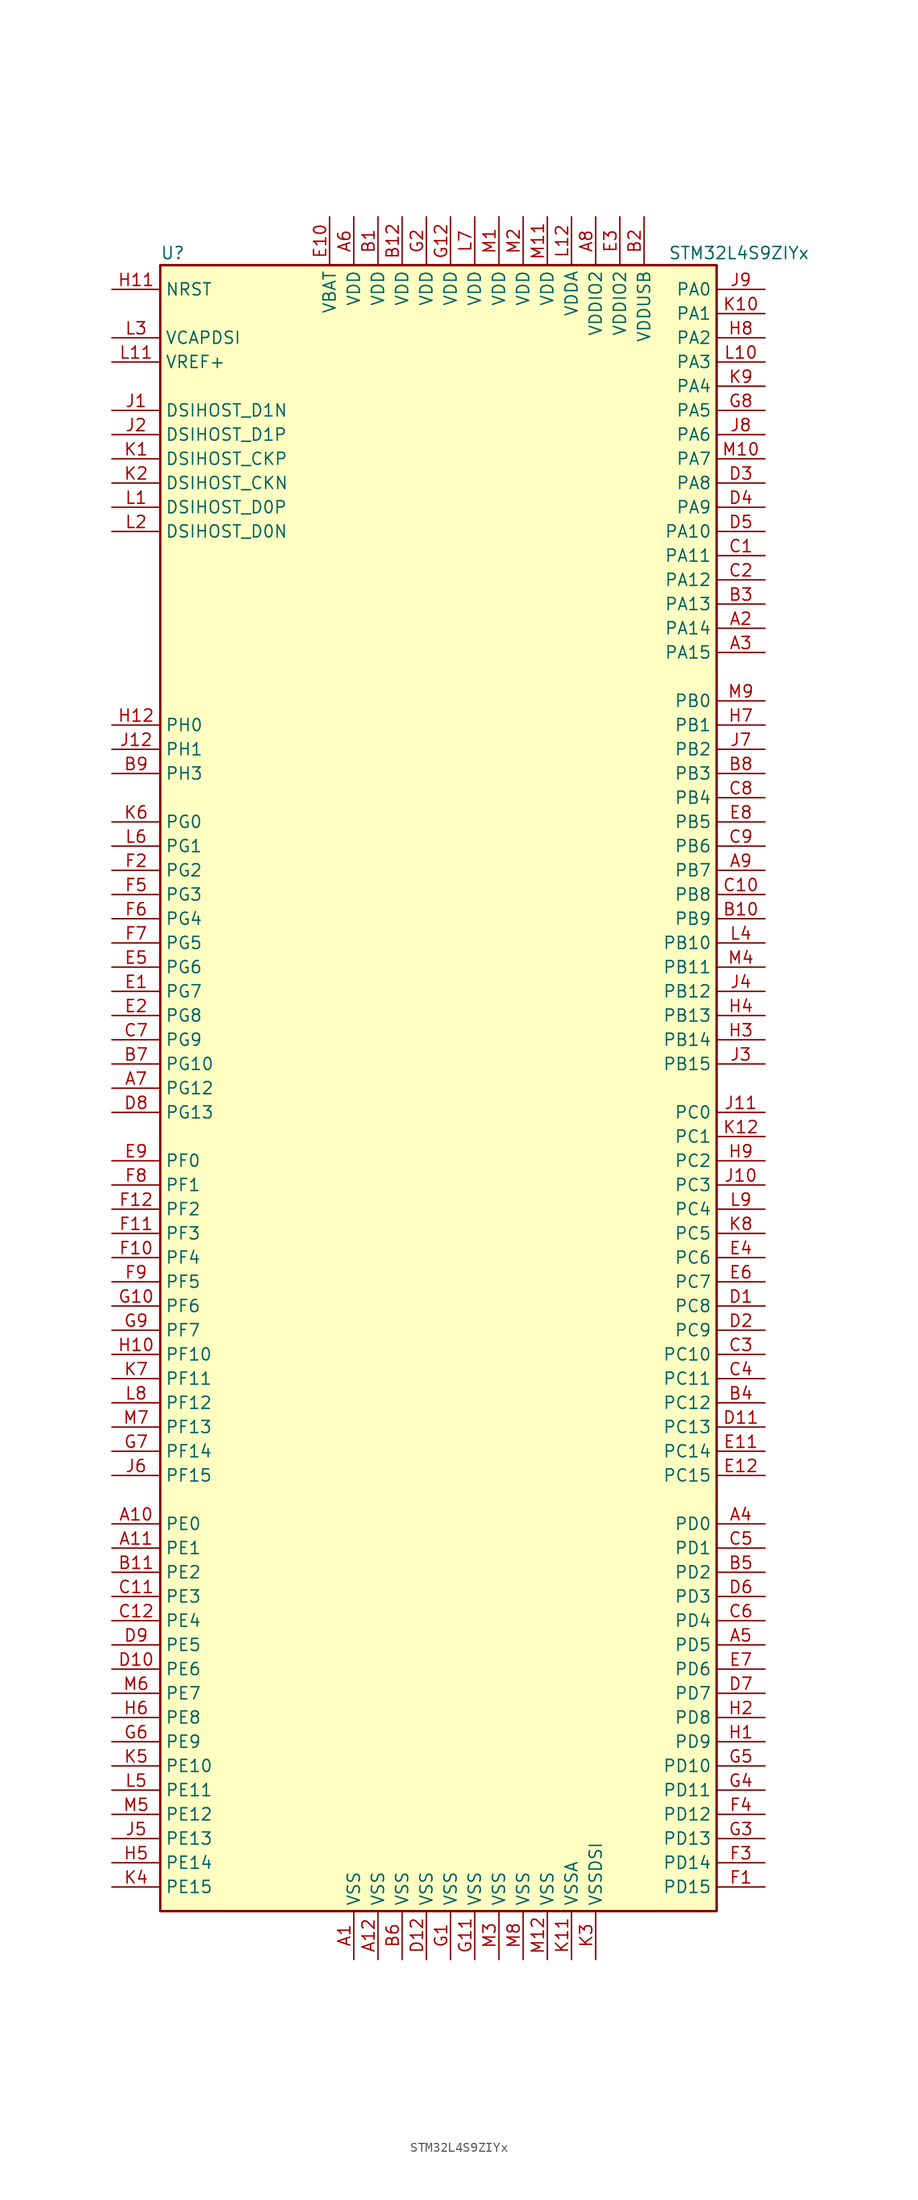
<source format=kicad_sym>
(kicad_symbol_lib
  (version 20220914)
  (generator kicad_symbol_editor)
  (symbol "STM32L4S9ZIYx"
    (property "Reference" "U"
      (at -30.48 87.63 0)
      (effects (font (size 1.27 1.27)) (justify left)))
    (property "Value" "STM32L4S9ZIYx"
      (at 22.86 87.63 0)
      (effects (font (size 1.27 1.27)) (justify left)))
    (symbol "STM32L4S9ZIYx_0_1"
      (rectangle (start -30.48 -86.36) (end 27.94 86.36) (stroke (width 0.254) (type default)) (fill (type background))))
    (symbol "STM32L4S9ZIYx_1_1"
      (pin power_in line (at -10.16 -91.44 90) (length 5.08) (name "VSS" (effects (font (size 1.27 1.27)))) (number "A1" (effects (font (size 1.27 1.27)))))
      (pin bidirectional line (at -35.56 -45.72 0) (length 5.08) (name "PE0" (effects (font (size 1.27 1.27)))) (number "A10" (effects (font (size 1.27 1.27)))))
      (pin bidirectional line (at -35.56 -48.26 0) (length 5.08) (name "PE1" (effects (font (size 1.27 1.27)))) (number "A11" (effects (font (size 1.27 1.27)))))
      (pin power_in line (at -7.62 -91.44 90) (length 5.08) (name "VSS" (effects (font (size 1.27 1.27)))) (number "A12" (effects (font (size 1.27 1.27)))))
      (pin bidirectional line (at 33.02 48.26 180) (length 5.08) (name "PA14" (effects (font (size 1.27 1.27)))) (number "A2" (effects (font (size 1.27 1.27)))))
      (pin bidirectional line (at 33.02 45.72 180) (length 5.08) (name "PA15" (effects (font (size 1.27 1.27)))) (number "A3" (effects (font (size 1.27 1.27)))))
      (pin bidirectional line (at 33.02 -45.72 180) (length 5.08) (name "PD0" (effects (font (size 1.27 1.27)))) (number "A4" (effects (font (size 1.27 1.27)))))
      (pin bidirectional line (at 33.02 -58.42 180) (length 5.08) (name "PD5" (effects (font (size 1.27 1.27)))) (number "A5" (effects (font (size 1.27 1.27)))))
      (pin power_in line (at -10.16 91.44 270) (length 5.08) (name "VDD" (effects (font (size 1.27 1.27)))) (number "A6" (effects (font (size 1.27 1.27)))))
      (pin bidirectional line (at -35.56 0 0) (length 5.08) (name "PG12" (effects (font (size 1.27 1.27)))) (number "A7" (effects (font (size 1.27 1.27)))))
      (pin power_in line (at 15.24 91.44 270) (length 5.08) (name "VDDIO2" (effects (font (size 1.27 1.27)))) (number "A8" (effects (font (size 1.27 1.27)))))
      (pin bidirectional line (at 33.02 22.86 180) (length 5.08) (name "PB7" (effects (font (size 1.27 1.27)))) (number "A9" (effects (font (size 1.27 1.27)))))
      (pin power_in line (at -7.62 91.44 270) (length 5.08) (name "VDD" (effects (font (size 1.27 1.27)))) (number "B1" (effects (font (size 1.27 1.27)))))
      (pin bidirectional line (at 33.02 17.78 180) (length 5.08) (name "PB9" (effects (font (size 1.27 1.27)))) (number "B10" (effects (font (size 1.27 1.27)))))
      (pin bidirectional line (at -35.56 -50.8 0) (length 5.08) (name "PE2" (effects (font (size 1.27 1.27)))) (number "B11" (effects (font (size 1.27 1.27)))))
      (pin power_in line (at -5.08 91.44 270) (length 5.08) (name "VDD" (effects (font (size 1.27 1.27)))) (number "B12" (effects (font (size 1.27 1.27)))))
      (pin power_in line (at 20.32 91.44 270) (length 5.08) (name "VDDUSB" (effects (font (size 1.27 1.27)))) (number "B2" (effects (font (size 1.27 1.27)))))
      (pin bidirectional line (at 33.02 50.8 180) (length 5.08) (name "PA13" (effects (font (size 1.27 1.27)))) (number "B3" (effects (font (size 1.27 1.27)))))
      (pin bidirectional line (at 33.02 -33.02 180) (length 5.08) (name "PC12" (effects (font (size 1.27 1.27)))) (number "B4" (effects (font (size 1.27 1.27)))))
      (pin bidirectional line (at 33.02 -50.8 180) (length 5.08) (name "PD2" (effects (font (size 1.27 1.27)))) (number "B5" (effects (font (size 1.27 1.27)))))
      (pin power_in line (at -5.08 -91.44 90) (length 5.08) (name "VSS" (effects (font (size 1.27 1.27)))) (number "B6" (effects (font (size 1.27 1.27)))))
      (pin bidirectional line (at -35.56 2.54 0) (length 5.08) (name "PG10" (effects (font (size 1.27 1.27)))) (number "B7" (effects (font (size 1.27 1.27)))))
      (pin bidirectional line (at 33.02 33.02 180) (length 5.08) (name "PB3" (effects (font (size 1.27 1.27)))) (number "B8" (effects (font (size 1.27 1.27)))))
      (pin bidirectional line (at -35.56 33.02 0) (length 5.08) (name "PH3" (effects (font (size 1.27 1.27)))) (number "B9" (effects (font (size 1.27 1.27)))))
      (pin bidirectional line (at 33.02 55.88 180) (length 5.08) (name "PA11" (effects (font (size 1.27 1.27)))) (number "C1" (effects (font (size 1.27 1.27)))))
      (pin bidirectional line (at 33.02 20.32 180) (length 5.08) (name "PB8" (effects (font (size 1.27 1.27)))) (number "C10" (effects (font (size 1.27 1.27)))))
      (pin bidirectional line (at -35.56 -53.34 0) (length 5.08) (name "PE3" (effects (font (size 1.27 1.27)))) (number "C11" (effects (font (size 1.27 1.27)))))
      (pin bidirectional line (at -35.56 -55.88 0) (length 5.08) (name "PE4" (effects (font (size 1.27 1.27)))) (number "C12" (effects (font (size 1.27 1.27)))))
      (pin bidirectional line (at 33.02 53.34 180) (length 5.08) (name "PA12" (effects (font (size 1.27 1.27)))) (number "C2" (effects (font (size 1.27 1.27)))))
      (pin bidirectional line (at 33.02 -27.94 180) (length 5.08) (name "PC10" (effects (font (size 1.27 1.27)))) (number "C3" (effects (font (size 1.27 1.27)))))
      (pin bidirectional line (at 33.02 -30.48 180) (length 5.08) (name "PC11" (effects (font (size 1.27 1.27)))) (number "C4" (effects (font (size 1.27 1.27)))))
      (pin bidirectional line (at 33.02 -48.26 180) (length 5.08) (name "PD1" (effects (font (size 1.27 1.27)))) (number "C5" (effects (font (size 1.27 1.27)))))
      (pin bidirectional line (at 33.02 -55.88 180) (length 5.08) (name "PD4" (effects (font (size 1.27 1.27)))) (number "C6" (effects (font (size 1.27 1.27)))))
      (pin bidirectional line (at -35.56 5.08 0) (length 5.08) (name "PG9" (effects (font (size 1.27 1.27)))) (number "C7" (effects (font (size 1.27 1.27)))))
      (pin bidirectional line (at 33.02 30.48 180) (length 5.08) (name "PB4" (effects (font (size 1.27 1.27)))) (number "C8" (effects (font (size 1.27 1.27)))))
      (pin bidirectional line (at 33.02 25.4 180) (length 5.08) (name "PB6" (effects (font (size 1.27 1.27)))) (number "C9" (effects (font (size 1.27 1.27)))))
      (pin bidirectional line (at 33.02 -22.86 180) (length 5.08) (name "PC8" (effects (font (size 1.27 1.27)))) (number "D1" (effects (font (size 1.27 1.27)))))
      (pin bidirectional line (at -35.56 -60.96 0) (length 5.08) (name "PE6" (effects (font (size 1.27 1.27)))) (number "D10" (effects (font (size 1.27 1.27)))))
      (pin bidirectional line (at 33.02 -35.56 180) (length 5.08) (name "PC13" (effects (font (size 1.27 1.27)))) (number "D11" (effects (font (size 1.27 1.27)))))
      (pin power_in line (at -2.54 -91.44 90) (length 5.08) (name "VSS" (effects (font (size 1.27 1.27)))) (number "D12" (effects (font (size 1.27 1.27)))))
      (pin bidirectional line (at 33.02 -25.4 180) (length 5.08) (name "PC9" (effects (font (size 1.27 1.27)))) (number "D2" (effects (font (size 1.27 1.27)))))
      (pin bidirectional line (at 33.02 63.5 180) (length 5.08) (name "PA8" (effects (font (size 1.27 1.27)))) (number "D3" (effects (font (size 1.27 1.27)))))
      (pin bidirectional line (at 33.02 60.96 180) (length 5.08) (name "PA9" (effects (font (size 1.27 1.27)))) (number "D4" (effects (font (size 1.27 1.27)))))
      (pin bidirectional line (at 33.02 58.42 180) (length 5.08) (name "PA10" (effects (font (size 1.27 1.27)))) (number "D5" (effects (font (size 1.27 1.27)))))
      (pin bidirectional line (at 33.02 -53.34 180) (length 5.08) (name "PD3" (effects (font (size 1.27 1.27)))) (number "D6" (effects (font (size 1.27 1.27)))))
      (pin bidirectional line (at 33.02 -63.5 180) (length 5.08) (name "PD7" (effects (font (size 1.27 1.27)))) (number "D7" (effects (font (size 1.27 1.27)))))
      (pin bidirectional line (at -35.56 -2.54 0) (length 5.08) (name "PG13" (effects (font (size 1.27 1.27)))) (number "D8" (effects (font (size 1.27 1.27)))))
      (pin bidirectional line (at -35.56 -58.42 0) (length 5.08) (name "PE5" (effects (font (size 1.27 1.27)))) (number "D9" (effects (font (size 1.27 1.27)))))
      (pin bidirectional line (at -35.56 10.16 0) (length 5.08) (name "PG7" (effects (font (size 1.27 1.27)))) (number "E1" (effects (font (size 1.27 1.27)))))
      (pin power_in line (at -12.7 91.44 270) (length 5.08) (name "VBAT" (effects (font (size 1.27 1.27)))) (number "E10" (effects (font (size 1.27 1.27)))))
      (pin bidirectional line (at 33.02 -38.1 180) (length 5.08) (name "PC14" (effects (font (size 1.27 1.27)))) (number "E11" (effects (font (size 1.27 1.27)))))
      (pin bidirectional line (at 33.02 -40.64 180) (length 5.08) (name "PC15" (effects (font (size 1.27 1.27)))) (number "E12" (effects (font (size 1.27 1.27)))))
      (pin bidirectional line (at -35.56 7.62 0) (length 5.08) (name "PG8" (effects (font (size 1.27 1.27)))) (number "E2" (effects (font (size 1.27 1.27)))))
      (pin power_in line (at 17.78 91.44 270) (length 5.08) (name "VDDIO2" (effects (font (size 1.27 1.27)))) (number "E3" (effects (font (size 1.27 1.27)))))
      (pin bidirectional line (at 33.02 -17.78 180) (length 5.08) (name "PC6" (effects (font (size 1.27 1.27)))) (number "E4" (effects (font (size 1.27 1.27)))))
      (pin bidirectional line (at -35.56 12.7 0) (length 5.08) (name "PG6" (effects (font (size 1.27 1.27)))) (number "E5" (effects (font (size 1.27 1.27)))))
      (pin bidirectional line (at 33.02 -20.32 180) (length 5.08) (name "PC7" (effects (font (size 1.27 1.27)))) (number "E6" (effects (font (size 1.27 1.27)))))
      (pin bidirectional line (at 33.02 -60.96 180) (length 5.08) (name "PD6" (effects (font (size 1.27 1.27)))) (number "E7" (effects (font (size 1.27 1.27)))))
      (pin bidirectional line (at 33.02 27.94 180) (length 5.08) (name "PB5" (effects (font (size 1.27 1.27)))) (number "E8" (effects (font (size 1.27 1.27)))))
      (pin bidirectional line (at -35.56 -7.62 0) (length 5.08) (name "PF0" (effects (font (size 1.27 1.27)))) (number "E9" (effects (font (size 1.27 1.27)))))
      (pin bidirectional line (at 33.02 -83.82 180) (length 5.08) (name "PD15" (effects (font (size 1.27 1.27)))) (number "F1" (effects (font (size 1.27 1.27)))))
      (pin bidirectional line (at -35.56 -17.78 0) (length 5.08) (name "PF4" (effects (font (size 1.27 1.27)))) (number "F10" (effects (font (size 1.27 1.27)))))
      (pin bidirectional line (at -35.56 -15.24 0) (length 5.08) (name "PF3" (effects (font (size 1.27 1.27)))) (number "F11" (effects (font (size 1.27 1.27)))))
      (pin bidirectional line (at -35.56 -12.7 0) (length 5.08) (name "PF2" (effects (font (size 1.27 1.27)))) (number "F12" (effects (font (size 1.27 1.27)))))
      (pin bidirectional line (at -35.56 22.86 0) (length 5.08) (name "PG2" (effects (font (size 1.27 1.27)))) (number "F2" (effects (font (size 1.27 1.27)))))
      (pin bidirectional line (at 33.02 -81.28 180) (length 5.08) (name "PD14" (effects (font (size 1.27 1.27)))) (number "F3" (effects (font (size 1.27 1.27)))))
      (pin bidirectional line (at 33.02 -76.2 180) (length 5.08) (name "PD12" (effects (font (size 1.27 1.27)))) (number "F4" (effects (font (size 1.27 1.27)))))
      (pin bidirectional line (at -35.56 20.32 0) (length 5.08) (name "PG3" (effects (font (size 1.27 1.27)))) (number "F5" (effects (font (size 1.27 1.27)))))
      (pin bidirectional line (at -35.56 17.78 0) (length 5.08) (name "PG4" (effects (font (size 1.27 1.27)))) (number "F6" (effects (font (size 1.27 1.27)))))
      (pin bidirectional line (at -35.56 15.24 0) (length 5.08) (name "PG5" (effects (font (size 1.27 1.27)))) (number "F7" (effects (font (size 1.27 1.27)))))
      (pin bidirectional line (at -35.56 -10.16 0) (length 5.08) (name "PF1" (effects (font (size 1.27 1.27)))) (number "F8" (effects (font (size 1.27 1.27)))))
      (pin bidirectional line (at -35.56 -20.32 0) (length 5.08) (name "PF5" (effects (font (size 1.27 1.27)))) (number "F9" (effects (font (size 1.27 1.27)))))
      (pin power_in line (at 0 -91.44 90) (length 5.08) (name "VSS" (effects (font (size 1.27 1.27)))) (number "G1" (effects (font (size 1.27 1.27)))))
      (pin bidirectional line (at -35.56 -22.86 0) (length 5.08) (name "PF6" (effects (font (size 1.27 1.27)))) (number "G10" (effects (font (size 1.27 1.27)))))
      (pin power_in line (at 2.54 -91.44 90) (length 5.08) (name "VSS" (effects (font (size 1.27 1.27)))) (number "G11" (effects (font (size 1.27 1.27)))))
      (pin power_in line (at 0 91.44 270) (length 5.08) (name "VDD" (effects (font (size 1.27 1.27)))) (number "G12" (effects (font (size 1.27 1.27)))))
      (pin power_in line (at -2.54 91.44 270) (length 5.08) (name "VDD" (effects (font (size 1.27 1.27)))) (number "G2" (effects (font (size 1.27 1.27)))))
      (pin bidirectional line (at 33.02 -78.74 180) (length 5.08) (name "PD13" (effects (font (size 1.27 1.27)))) (number "G3" (effects (font (size 1.27 1.27)))))
      (pin bidirectional line (at 33.02 -73.66 180) (length 5.08) (name "PD11" (effects (font (size 1.27 1.27)))) (number "G4" (effects (font (size 1.27 1.27)))))
      (pin bidirectional line (at 33.02 -71.12 180) (length 5.08) (name "PD10" (effects (font (size 1.27 1.27)))) (number "G5" (effects (font (size 1.27 1.27)))))
      (pin bidirectional line (at -35.56 -68.58 0) (length 5.08) (name "PE9" (effects (font (size 1.27 1.27)))) (number "G6" (effects (font (size 1.27 1.27)))))
      (pin bidirectional line (at -35.56 -38.1 0) (length 5.08) (name "PF14" (effects (font (size 1.27 1.27)))) (number "G7" (effects (font (size 1.27 1.27)))))
      (pin bidirectional line (at 33.02 71.12 180) (length 5.08) (name "PA5" (effects (font (size 1.27 1.27)))) (number "G8" (effects (font (size 1.27 1.27)))))
      (pin bidirectional line (at -35.56 -25.4 0) (length 5.08) (name "PF7" (effects (font (size 1.27 1.27)))) (number "G9" (effects (font (size 1.27 1.27)))))
      (pin bidirectional line (at 33.02 -68.58 180) (length 5.08) (name "PD9" (effects (font (size 1.27 1.27)))) (number "H1" (effects (font (size 1.27 1.27)))))
      (pin bidirectional line (at -35.56 -27.94 0) (length 5.08) (name "PF10" (effects (font (size 1.27 1.27)))) (number "H10" (effects (font (size 1.27 1.27)))))
      (pin input line (at -35.56 83.82 0) (length 5.08) (name "NRST" (effects (font (size 1.27 1.27)))) (number "H11" (effects (font (size 1.27 1.27)))))
      (pin input line (at -35.56 38.1 0) (length 5.08) (name "PH0" (effects (font (size 1.27 1.27)))) (number "H12" (effects (font (size 1.27 1.27)))))
      (pin bidirectional line (at 33.02 -66.04 180) (length 5.08) (name "PD8" (effects (font (size 1.27 1.27)))) (number "H2" (effects (font (size 1.27 1.27)))))
      (pin bidirectional line (at 33.02 5.08 180) (length 5.08) (name "PB14" (effects (font (size 1.27 1.27)))) (number "H3" (effects (font (size 1.27 1.27)))))
      (pin bidirectional line (at 33.02 7.62 180) (length 5.08) (name "PB13" (effects (font (size 1.27 1.27)))) (number "H4" (effects (font (size 1.27 1.27)))))
      (pin bidirectional line (at -35.56 -81.28 0) (length 5.08) (name "PE14" (effects (font (size 1.27 1.27)))) (number "H5" (effects (font (size 1.27 1.27)))))
      (pin bidirectional line (at -35.56 -66.04 0) (length 5.08) (name "PE8" (effects (font (size 1.27 1.27)))) (number "H6" (effects (font (size 1.27 1.27)))))
      (pin bidirectional line (at 33.02 38.1 180) (length 5.08) (name "PB1" (effects (font (size 1.27 1.27)))) (number "H7" (effects (font (size 1.27 1.27)))))
      (pin bidirectional line (at 33.02 78.74 180) (length 5.08) (name "PA2" (effects (font (size 1.27 1.27)))) (number "H8" (effects (font (size 1.27 1.27)))))
      (pin bidirectional line (at 33.02 -7.62 180) (length 5.08) (name "PC2" (effects (font (size 1.27 1.27)))) (number "H9" (effects (font (size 1.27 1.27)))))
      (pin bidirectional line (at -35.56 71.12 0) (length 5.08) (name "DSIHOST_D1N" (effects (font (size 1.27 1.27)))) (number "J1" (effects (font (size 1.27 1.27)))))
      (pin bidirectional line (at 33.02 -10.16 180) (length 5.08) (name "PC3" (effects (font (size 1.27 1.27)))) (number "J10" (effects (font (size 1.27 1.27)))))
      (pin bidirectional line (at 33.02 -2.54 180) (length 5.08) (name "PC0" (effects (font (size 1.27 1.27)))) (number "J11" (effects (font (size 1.27 1.27)))))
      (pin input line (at -35.56 35.56 0) (length 5.08) (name "PH1" (effects (font (size 1.27 1.27)))) (number "J12" (effects (font (size 1.27 1.27)))))
      (pin bidirectional line (at -35.56 68.58 0) (length 5.08) (name "DSIHOST_D1P" (effects (font (size 1.27 1.27)))) (number "J2" (effects (font (size 1.27 1.27)))))
      (pin bidirectional line (at 33.02 2.54 180) (length 5.08) (name "PB15" (effects (font (size 1.27 1.27)))) (number "J3" (effects (font (size 1.27 1.27)))))
      (pin bidirectional line (at 33.02 10.16 180) (length 5.08) (name "PB12" (effects (font (size 1.27 1.27)))) (number "J4" (effects (font (size 1.27 1.27)))))
      (pin bidirectional line (at -35.56 -78.74 0) (length 5.08) (name "PE13" (effects (font (size 1.27 1.27)))) (number "J5" (effects (font (size 1.27 1.27)))))
      (pin bidirectional line (at -35.56 -40.64 0) (length 5.08) (name "PF15" (effects (font (size 1.27 1.27)))) (number "J6" (effects (font (size 1.27 1.27)))))
      (pin bidirectional line (at 33.02 35.56 180) (length 5.08) (name "PB2" (effects (font (size 1.27 1.27)))) (number "J7" (effects (font (size 1.27 1.27)))))
      (pin bidirectional line (at 33.02 68.58 180) (length 5.08) (name "PA6" (effects (font (size 1.27 1.27)))) (number "J8" (effects (font (size 1.27 1.27)))))
      (pin bidirectional line (at 33.02 83.82 180) (length 5.08) (name "PA0" (effects (font (size 1.27 1.27)))) (number "J9" (effects (font (size 1.27 1.27)))))
      (pin bidirectional line (at -35.56 66.04 0) (length 5.08) (name "DSIHOST_CKP" (effects (font (size 1.27 1.27)))) (number "K1" (effects (font (size 1.27 1.27)))))
      (pin bidirectional line (at 33.02 81.28 180) (length 5.08) (name "PA1" (effects (font (size 1.27 1.27)))) (number "K10" (effects (font (size 1.27 1.27)))))
      (pin power_in line (at 12.7 -91.44 90) (length 5.08) (name "VSSA" (effects (font (size 1.27 1.27)))) (number "K11" (effects (font (size 1.27 1.27)))))
      (pin bidirectional line (at 33.02 -5.08 180) (length 5.08) (name "PC1" (effects (font (size 1.27 1.27)))) (number "K12" (effects (font (size 1.27 1.27)))))
      (pin bidirectional line (at -35.56 63.5 0) (length 5.08) (name "DSIHOST_CKN" (effects (font (size 1.27 1.27)))) (number "K2" (effects (font (size 1.27 1.27)))))
      (pin power_in line (at 15.24 -91.44 90) (length 5.08) (name "VSSDSI" (effects (font (size 1.27 1.27)))) (number "K3" (effects (font (size 1.27 1.27)))))
      (pin bidirectional line (at -35.56 -83.82 0) (length 5.08) (name "PE15" (effects (font (size 1.27 1.27)))) (number "K4" (effects (font (size 1.27 1.27)))))
      (pin bidirectional line (at -35.56 -71.12 0) (length 5.08) (name "PE10" (effects (font (size 1.27 1.27)))) (number "K5" (effects (font (size 1.27 1.27)))))
      (pin bidirectional line (at -35.56 27.94 0) (length 5.08) (name "PG0" (effects (font (size 1.27 1.27)))) (number "K6" (effects (font (size 1.27 1.27)))))
      (pin bidirectional line (at -35.56 -30.48 0) (length 5.08) (name "PF11" (effects (font (size 1.27 1.27)))) (number "K7" (effects (font (size 1.27 1.27)))))
      (pin bidirectional line (at 33.02 -15.24 180) (length 5.08) (name "PC5" (effects (font (size 1.27 1.27)))) (number "K8" (effects (font (size 1.27 1.27)))))
      (pin bidirectional line (at 33.02 73.66 180) (length 5.08) (name "PA4" (effects (font (size 1.27 1.27)))) (number "K9" (effects (font (size 1.27 1.27)))))
      (pin bidirectional line (at -35.56 60.96 0) (length 5.08) (name "DSIHOST_D0P" (effects (font (size 1.27 1.27)))) (number "L1" (effects (font (size 1.27 1.27)))))
      (pin bidirectional line (at 33.02 76.2 180) (length 5.08) (name "PA3" (effects (font (size 1.27 1.27)))) (number "L10" (effects (font (size 1.27 1.27)))))
      (pin bidirectional line (at -35.56 76.2 0) (length 5.08) (name "VREF+" (effects (font (size 1.27 1.27)))) (number "L11" (effects (font (size 1.27 1.27)))))
      (pin power_in line (at 12.7 91.44 270) (length 5.08) (name "VDDA" (effects (font (size 1.27 1.27)))) (number "L12" (effects (font (size 1.27 1.27)))))
      (pin bidirectional line (at -35.56 58.42 0) (length 5.08) (name "DSIHOST_D0N" (effects (font (size 1.27 1.27)))) (number "L2" (effects (font (size 1.27 1.27)))))
      (pin power_in line (at -35.56 78.74 0) (length 5.08) (name "VCAPDSI" (effects (font (size 1.27 1.27)))) (number "L3" (effects (font (size 1.27 1.27)))))
      (pin bidirectional line (at 33.02 15.24 180) (length 5.08) (name "PB10" (effects (font (size 1.27 1.27)))) (number "L4" (effects (font (size 1.27 1.27)))))
      (pin bidirectional line (at -35.56 -73.66 0) (length 5.08) (name "PE11" (effects (font (size 1.27 1.27)))) (number "L5" (effects (font (size 1.27 1.27)))))
      (pin bidirectional line (at -35.56 25.4 0) (length 5.08) (name "PG1" (effects (font (size 1.27 1.27)))) (number "L6" (effects (font (size 1.27 1.27)))))
      (pin power_in line (at 2.54 91.44 270) (length 5.08) (name "VDD" (effects (font (size 1.27 1.27)))) (number "L7" (effects (font (size 1.27 1.27)))))
      (pin bidirectional line (at -35.56 -33.02 0) (length 5.08) (name "PF12" (effects (font (size 1.27 1.27)))) (number "L8" (effects (font (size 1.27 1.27)))))
      (pin bidirectional line (at 33.02 -12.7 180) (length 5.08) (name "PC4" (effects (font (size 1.27 1.27)))) (number "L9" (effects (font (size 1.27 1.27)))))
      (pin power_in line (at 5.08 91.44 270) (length 5.08) (name "VDD" (effects (font (size 1.27 1.27)))) (number "M1" (effects (font (size 1.27 1.27)))))
      (pin bidirectional line (at 33.02 66.04 180) (length 5.08) (name "PA7" (effects (font (size 1.27 1.27)))) (number "M10" (effects (font (size 1.27 1.27)))))
      (pin power_in line (at 10.16 91.44 270) (length 5.08) (name "VDD" (effects (font (size 1.27 1.27)))) (number "M11" (effects (font (size 1.27 1.27)))))
      (pin power_in line (at 10.16 -91.44 90) (length 5.08) (name "VSS" (effects (font (size 1.27 1.27)))) (number "M12" (effects (font (size 1.27 1.27)))))
      (pin power_in line (at 7.62 91.44 270) (length 5.08) (name "VDD" (effects (font (size 1.27 1.27)))) (number "M2" (effects (font (size 1.27 1.27)))))
      (pin power_in line (at 5.08 -91.44 90) (length 5.08) (name "VSS" (effects (font (size 1.27 1.27)))) (number "M3" (effects (font (size 1.27 1.27)))))
      (pin bidirectional line (at 33.02 12.7 180) (length 5.08) (name "PB11" (effects (font (size 1.27 1.27)))) (number "M4" (effects (font (size 1.27 1.27)))))
      (pin bidirectional line (at -35.56 -76.2 0) (length 5.08) (name "PE12" (effects (font (size 1.27 1.27)))) (number "M5" (effects (font (size 1.27 1.27)))))
      (pin bidirectional line (at -35.56 -63.5 0) (length 5.08) (name "PE7" (effects (font (size 1.27 1.27)))) (number "M6" (effects (font (size 1.27 1.27)))))
      (pin bidirectional line (at -35.56 -35.56 0) (length 5.08) (name "PF13" (effects (font (size 1.27 1.27)))) (number "M7" (effects (font (size 1.27 1.27)))))
      (pin power_in line (at 7.62 -91.44 90) (length 5.08) (name "VSS" (effects (font (size 1.27 1.27)))) (number "M8" (effects (font (size 1.27 1.27)))))
      (pin bidirectional line (at 33.02 40.64 180) (length 5.08) (name "PB0" (effects (font (size 1.27 1.27)))) (number "M9" (effects (font (size 1.27 1.27))))))))
</source>
